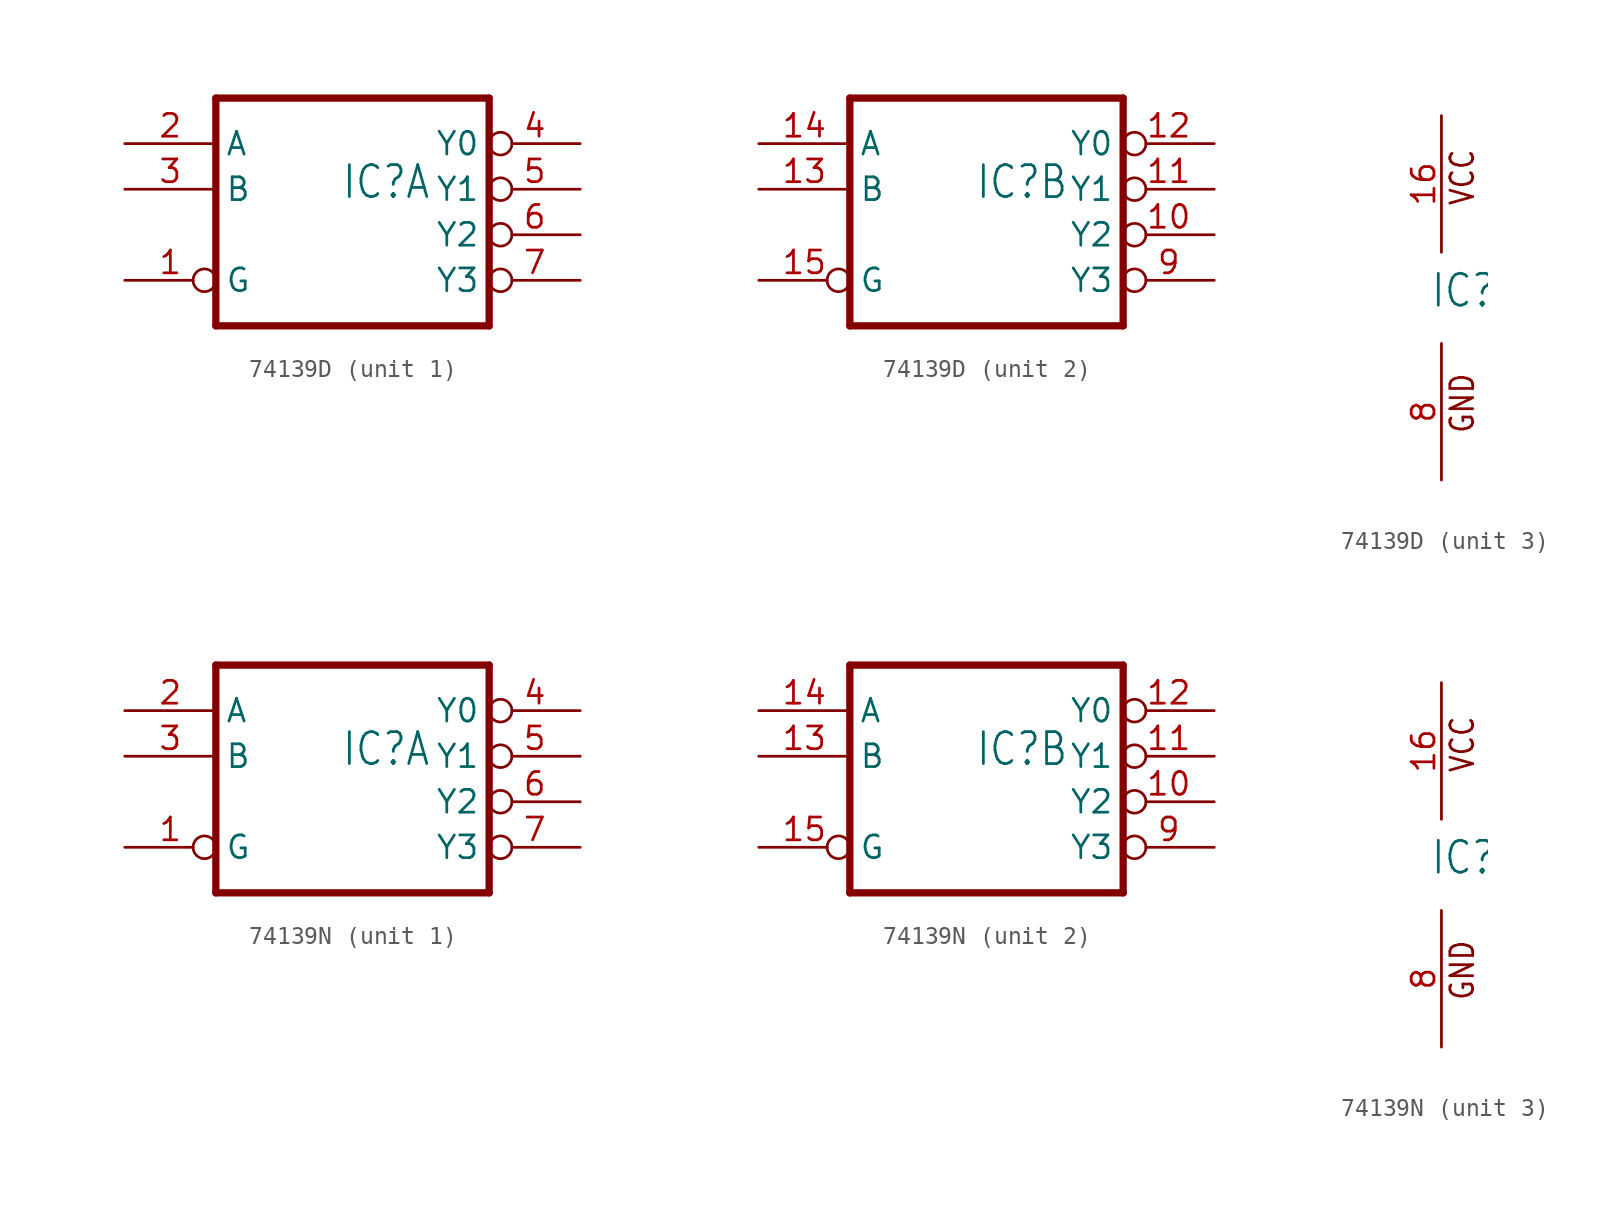
<source format=kicad_sym>
(kicad_symbol_lib
  (version 20220914)
  (generator kicad_symbol_editor)
  (symbol "74139D"
    (property "Reference" "IC"
      (at -0.635 -0.635 0)
      (effects (font (size 1.778 1.511)) (justify left bottom)))
    (property "ki_locked" ""
      (at 0 0 0)
      (effects (font (size 1.27 1.27))))
    (symbol "74139D_1_0"
      (polyline (pts (xy -7.62 -7.62) (xy 7.62 -7.62)) (stroke (width 0.406) (type solid)) (fill (type none)))
      (polyline (pts (xy -7.62 5.08) (xy -7.62 -7.62)) (stroke (width 0.406) (type solid)) (fill (type none)))
      (polyline (pts (xy 7.62 -7.62) (xy 7.62 5.08)) (stroke (width 0.406) (type solid)) (fill (type none)))
      (polyline (pts (xy 7.62 5.08) (xy -7.62 5.08)) (stroke (width 0.406) (type solid)) (fill (type none)))
      (pin input inverted (at -12.7 -5.08 0) (length 5.08) (name "G" (effects (font (size 1.27 1.27)))) (number "1" (effects (font (size 1.27 1.27)))))
      (pin input line (at -12.7 2.54 0) (length 5.08) (name "A" (effects (font (size 1.27 1.27)))) (number "2" (effects (font (size 1.27 1.27)))))
      (pin input line (at -12.7 0 0) (length 5.08) (name "B" (effects (font (size 1.27 1.27)))) (number "3" (effects (font (size 1.27 1.27)))))
      (pin output inverted (at 12.7 2.54 180) (length 5.08) (name "Y0" (effects (font (size 1.27 1.27)))) (number "4" (effects (font (size 1.27 1.27)))))
      (pin output inverted (at 12.7 0 180) (length 5.08) (name "Y1" (effects (font (size 1.27 1.27)))) (number "5" (effects (font (size 1.27 1.27)))))
      (pin output inverted (at 12.7 -2.54 180) (length 5.08) (name "Y2" (effects (font (size 1.27 1.27)))) (number "6" (effects (font (size 1.27 1.27)))))
      (pin output inverted (at 12.7 -5.08 180) (length 5.08) (name "Y3" (effects (font (size 1.27 1.27)))) (number "7" (effects (font (size 1.27 1.27))))))
    (symbol "74139D_2_0"
      (polyline (pts (xy -7.62 -7.62) (xy 7.62 -7.62)) (stroke (width 0.406) (type solid)) (fill (type none)))
      (polyline (pts (xy -7.62 5.08) (xy -7.62 -7.62)) (stroke (width 0.406) (type solid)) (fill (type none)))
      (polyline (pts (xy 7.62 -7.62) (xy 7.62 5.08)) (stroke (width 0.406) (type solid)) (fill (type none)))
      (polyline (pts (xy 7.62 5.08) (xy -7.62 5.08)) (stroke (width 0.406) (type solid)) (fill (type none)))
      (pin output inverted (at 12.7 -2.54 180) (length 5.08) (name "Y2" (effects (font (size 1.27 1.27)))) (number "10" (effects (font (size 1.27 1.27)))))
      (pin output inverted (at 12.7 0 180) (length 5.08) (name "Y1" (effects (font (size 1.27 1.27)))) (number "11" (effects (font (size 1.27 1.27)))))
      (pin output inverted (at 12.7 2.54 180) (length 5.08) (name "Y0" (effects (font (size 1.27 1.27)))) (number "12" (effects (font (size 1.27 1.27)))))
      (pin input line (at -12.7 0 0) (length 5.08) (name "B" (effects (font (size 1.27 1.27)))) (number "13" (effects (font (size 1.27 1.27)))))
      (pin input line (at -12.7 2.54 0) (length 5.08) (name "A" (effects (font (size 1.27 1.27)))) (number "14" (effects (font (size 1.27 1.27)))))
      (pin input inverted (at -12.7 -5.08 0) (length 5.08) (name "G" (effects (font (size 1.27 1.27)))) (number "15" (effects (font (size 1.27 1.27)))))
      (pin output inverted (at 12.7 -5.08 180) (length 5.08) (name "Y3" (effects (font (size 1.27 1.27)))) (number "9" (effects (font (size 1.27 1.27))))))
    (symbol "74139D_3_0"
      (text "GND" (at 1.905 -7.62 900) (effects (font (size 1.27 1.079)) (justify left bottom)))
      (text "VCC" (at 1.905 5.08 900) (effects (font (size 1.27 1.079)) (justify left bottom)))
      (pin power_in line (at 0 10.16 270) (length 7.62) (name "VCC" (effects (font (size 0 0)))) (number "16" (effects (font (size 1.27 1.27)))))
      (pin power_in line (at 0 -10.16 90) (length 7.62) (name "GND" (effects (font (size 0 0)))) (number "8" (effects (font (size 1.27 1.27)))))))
  (symbol "74139N"
    (property "Reference" "IC"
      (at -0.635 -0.635 0)
      (effects (font (size 1.778 1.511)) (justify left bottom)))
    (property "ki_locked" ""
      (at 0 0 0)
      (effects (font (size 1.27 1.27))))
    (symbol "74139N_1_0"
      (polyline (pts (xy -7.62 -7.62) (xy 7.62 -7.62)) (stroke (width 0.406) (type solid)) (fill (type none)))
      (polyline (pts (xy -7.62 5.08) (xy -7.62 -7.62)) (stroke (width 0.406) (type solid)) (fill (type none)))
      (polyline (pts (xy 7.62 -7.62) (xy 7.62 5.08)) (stroke (width 0.406) (type solid)) (fill (type none)))
      (polyline (pts (xy 7.62 5.08) (xy -7.62 5.08)) (stroke (width 0.406) (type solid)) (fill (type none)))
      (pin input inverted (at -12.7 -5.08 0) (length 5.08) (name "G" (effects (font (size 1.27 1.27)))) (number "1" (effects (font (size 1.27 1.27)))))
      (pin input line (at -12.7 2.54 0) (length 5.08) (name "A" (effects (font (size 1.27 1.27)))) (number "2" (effects (font (size 1.27 1.27)))))
      (pin input line (at -12.7 0 0) (length 5.08) (name "B" (effects (font (size 1.27 1.27)))) (number "3" (effects (font (size 1.27 1.27)))))
      (pin output inverted (at 12.7 2.54 180) (length 5.08) (name "Y0" (effects (font (size 1.27 1.27)))) (number "4" (effects (font (size 1.27 1.27)))))
      (pin output inverted (at 12.7 0 180) (length 5.08) (name "Y1" (effects (font (size 1.27 1.27)))) (number "5" (effects (font (size 1.27 1.27)))))
      (pin output inverted (at 12.7 -2.54 180) (length 5.08) (name "Y2" (effects (font (size 1.27 1.27)))) (number "6" (effects (font (size 1.27 1.27)))))
      (pin output inverted (at 12.7 -5.08 180) (length 5.08) (name "Y3" (effects (font (size 1.27 1.27)))) (number "7" (effects (font (size 1.27 1.27))))))
    (symbol "74139N_2_0"
      (polyline (pts (xy -7.62 -7.62) (xy 7.62 -7.62)) (stroke (width 0.406) (type solid)) (fill (type none)))
      (polyline (pts (xy -7.62 5.08) (xy -7.62 -7.62)) (stroke (width 0.406) (type solid)) (fill (type none)))
      (polyline (pts (xy 7.62 -7.62) (xy 7.62 5.08)) (stroke (width 0.406) (type solid)) (fill (type none)))
      (polyline (pts (xy 7.62 5.08) (xy -7.62 5.08)) (stroke (width 0.406) (type solid)) (fill (type none)))
      (pin output inverted (at 12.7 -2.54 180) (length 5.08) (name "Y2" (effects (font (size 1.27 1.27)))) (number "10" (effects (font (size 1.27 1.27)))))
      (pin output inverted (at 12.7 0 180) (length 5.08) (name "Y1" (effects (font (size 1.27 1.27)))) (number "11" (effects (font (size 1.27 1.27)))))
      (pin output inverted (at 12.7 2.54 180) (length 5.08) (name "Y0" (effects (font (size 1.27 1.27)))) (number "12" (effects (font (size 1.27 1.27)))))
      (pin input line (at -12.7 0 0) (length 5.08) (name "B" (effects (font (size 1.27 1.27)))) (number "13" (effects (font (size 1.27 1.27)))))
      (pin input line (at -12.7 2.54 0) (length 5.08) (name "A" (effects (font (size 1.27 1.27)))) (number "14" (effects (font (size 1.27 1.27)))))
      (pin input inverted (at -12.7 -5.08 0) (length 5.08) (name "G" (effects (font (size 1.27 1.27)))) (number "15" (effects (font (size 1.27 1.27)))))
      (pin output inverted (at 12.7 -5.08 180) (length 5.08) (name "Y3" (effects (font (size 1.27 1.27)))) (number "9" (effects (font (size 1.27 1.27))))))
    (symbol "74139N_3_0"
      (text "GND" (at 1.905 -7.62 900) (effects (font (size 1.27 1.079)) (justify left bottom)))
      (text "VCC" (at 1.905 5.08 900) (effects (font (size 1.27 1.079)) (justify left bottom)))
      (pin power_in line (at 0 10.16 270) (length 7.62) (name "VCC" (effects (font (size 0 0)))) (number "16" (effects (font (size 1.27 1.27)))))
      (pin power_in line (at 0 -10.16 90) (length 7.62) (name "GND" (effects (font (size 0 0)))) (number "8" (effects (font (size 1.27 1.27))))))))
</source>
